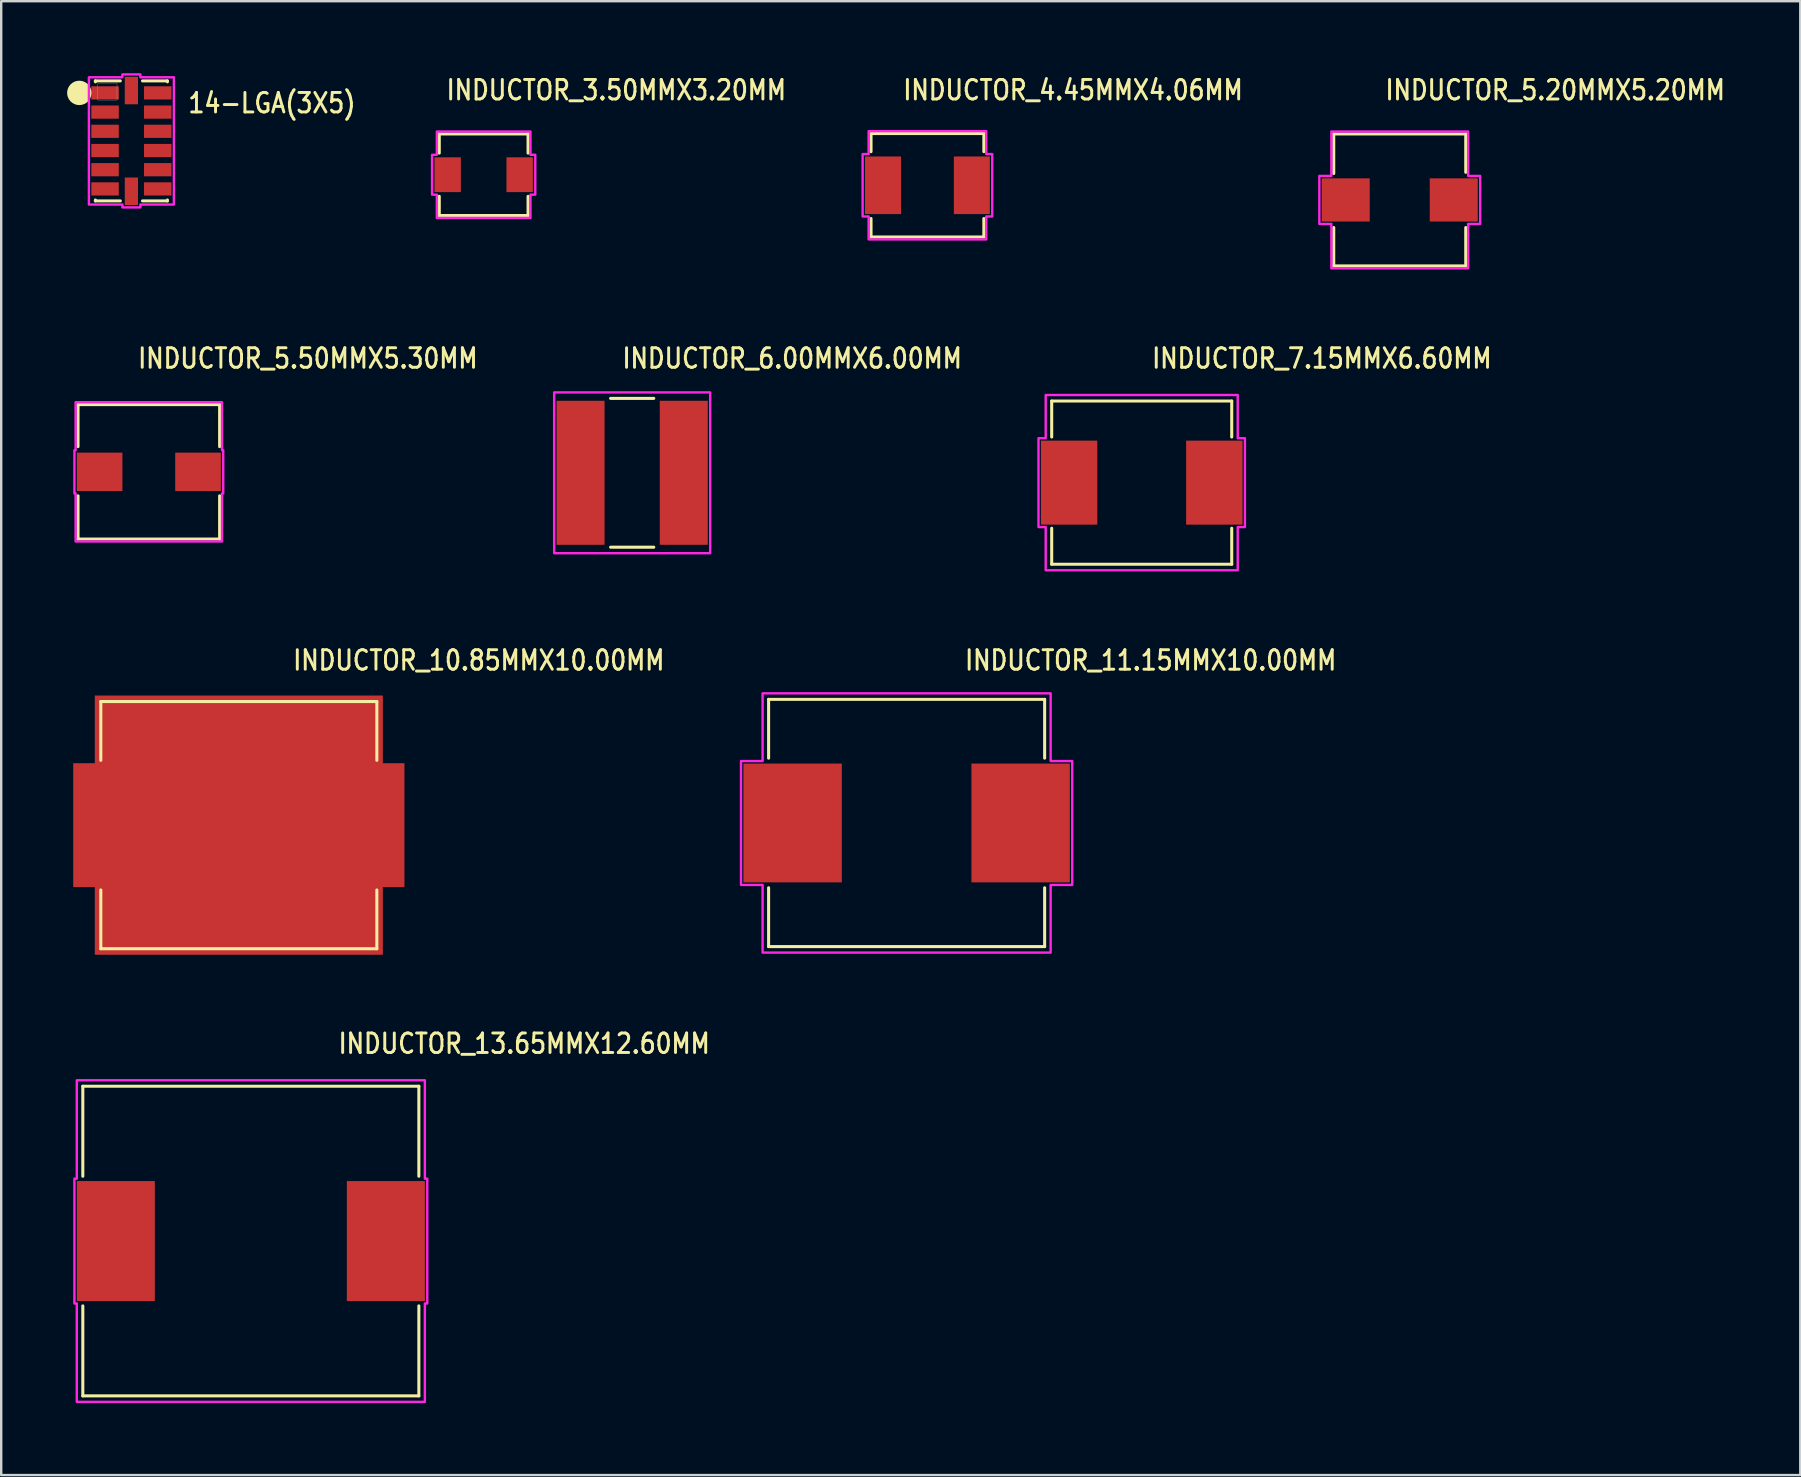
<source format=kicad_pcb>
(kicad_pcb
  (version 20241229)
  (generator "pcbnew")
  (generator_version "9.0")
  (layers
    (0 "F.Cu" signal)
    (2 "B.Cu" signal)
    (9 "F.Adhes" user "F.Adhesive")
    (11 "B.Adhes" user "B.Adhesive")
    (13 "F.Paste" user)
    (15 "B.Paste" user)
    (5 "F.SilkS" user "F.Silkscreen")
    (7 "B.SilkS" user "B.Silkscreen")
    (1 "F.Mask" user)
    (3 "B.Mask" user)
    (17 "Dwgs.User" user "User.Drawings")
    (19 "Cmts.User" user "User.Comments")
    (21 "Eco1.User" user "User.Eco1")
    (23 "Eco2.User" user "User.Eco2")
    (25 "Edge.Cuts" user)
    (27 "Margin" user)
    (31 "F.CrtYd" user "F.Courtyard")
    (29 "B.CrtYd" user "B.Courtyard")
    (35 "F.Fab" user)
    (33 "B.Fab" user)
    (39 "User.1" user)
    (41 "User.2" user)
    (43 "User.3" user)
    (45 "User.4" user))
  (footprint "INDUCTOR_13.65MMX12.60MM"
    (layer "F.Cu")
    (at 7.4 48.654)
    (property "Reference" "INDUCTOR_13.65MMX12.60MM" (at 3.58 -7.75 0) (unlocked yes) (layer "F.SilkS") (effects (font (size 0.813 0.695) (thickness 0.122)) (justify left bottom)))
    (fp_line (start -7 -6.45) (end -7 -2.7) (stroke (width 0.127) (type solid)) (layer "F.SilkS"))
    (fp_line (start -7 -6.45) (end 7 -6.45) (stroke (width 0.127) (type solid)) (layer "F.SilkS"))
    (fp_line (start -7 2.7) (end -7 6.45) (stroke (width 0.127) (type solid)) (layer "F.SilkS"))
    (fp_line (start 7 -6.45) (end 7 -2.7) (stroke (width 0.127) (type solid)) (layer "F.SilkS"))
    (fp_line (start 7 2.7) (end 7 6.45) (stroke (width 0.127) (type solid)) (layer "F.SilkS"))
    (fp_line (start 7 6.45) (end -7 6.45) (stroke (width 0.127) (type solid)) (layer "F.SilkS"))
    (fp_poly (pts (xy -7.35 2.6) (xy -7.35 -2.6) (xy -7.25 -2.6) (xy -7.25 -6.7) (xy 7.25 -6.7) (xy 7.25 -2.6) (xy 7.35 -2.6) (xy 7.35 2.6) (xy 7.25 2.6) (xy 7.25 6.7) (xy -7.25 6.7) (xy -7.25 2.6)) (stroke (width 0.1) (type solid)) (fill no) (layer "F.CrtYd"))
    (pad "1" smd rect (at -5.625 0) (size 3.25 5) (layers "F.Cu" "F.Mask" "F.Paste"))
    (pad "2" smd rect (at 5.625 0) (size 3.25 5) (layers "F.Cu" "F.Mask" "F.Paste")))
  (footprint "INDUCTOR_3.50MMX3.20MM"
    (layer "F.Cu")
    (at 17.1 4.229)
    (property "Reference" "INDUCTOR_3.50MMX3.20MM" (at -1.62 -3.05 0) (unlocked yes) (layer "F.SilkS") (effects (font (size 0.813 0.695) (thickness 0.122)) (justify left bottom)))
    (fp_line (start -1.85 -1.7) (end -1.85 -0.9) (stroke (width 0.127) (type solid)) (layer "F.SilkS"))
    (fp_line (start -1.85 -1.7) (end 1.85 -1.7) (stroke (width 0.127) (type solid)) (layer "F.SilkS"))
    (fp_line (start -1.85 0.9) (end -1.85 1.7) (stroke (width 0.127) (type solid)) (layer "F.SilkS"))
    (fp_line (start 1.85 -1.7) (end 1.85 -0.9) (stroke (width 0.127) (type solid)) (layer "F.SilkS"))
    (fp_line (start 1.85 0.9) (end 1.85 1.7) (stroke (width 0.127) (type solid)) (layer "F.SilkS"))
    (fp_line (start 1.85 1.7) (end -1.85 1.7) (stroke (width 0.127) (type solid)) (layer "F.SilkS"))
    (fp_poly (pts (xy -2.15 -0.83) (xy -1.95 -0.83) (xy -1.95 -1.8) (xy 1.95 -1.8) (xy 1.95 -0.83) (xy 2.15 -0.83) (xy 2.15 0.83) (xy 1.95 0.83) (xy 1.95 1.8) (xy -1.95 1.8) (xy -1.95 0.83) (xy -2.15 0.83)) (stroke (width 0.1) (type solid)) (fill no) (layer "F.CrtYd"))
    (pad "1" smd rect (at -1.5 0) (size 1.1 1.45) (layers "F.Cu" "F.Mask" "F.Paste"))
    (pad "2" smd rect (at 1.5 0) (size 1.1 1.45) (layers "F.Cu" "F.Mask" "F.Paste")))
  (footprint "14-LGA(3X5)"
    (layer "F.Cu")
    (at 2.424 2.82)
    (property "Reference" "14-LGA(3X5)" (at 2.3 -1.1 0) (unlocked yes) (layer "F.SilkS") (effects (font (size 0.813 0.695) (thickness 0.122)) (justify left bottom)))
    (fp_line (start -1.5 -2.5) (end -1.5 -2.462) (stroke (width 0.127) (type solid)) (layer "F.SilkS"))
    (fp_line (start -1.5 2.5) (end -1.5 2.462) (stroke (width 0.127) (type solid)) (layer "F.SilkS"))
    (fp_line (start -0.462 -2.5) (end -1.5 -2.5) (stroke (width 0.127) (type solid)) (layer "F.SilkS"))
    (fp_line (start -0.462 2.5) (end -1.5 2.5) (stroke (width 0.127) (type solid)) (layer "F.SilkS"))
    (fp_line (start 0.462 -2.5) (end 1.5 -2.5) (stroke (width 0.127) (type solid)) (layer "F.SilkS"))
    (fp_line (start 0.462 2.5) (end 1.5 2.5) (stroke (width 0.127) (type solid)) (layer "F.SilkS"))
    (fp_line (start 1.5 -2.5) (end 1.5 -2.462) (stroke (width 0.127) (type solid)) (layer "F.SilkS"))
    (fp_line (start 1.5 2.5) (end 1.5 2.462) (stroke (width 0.127) (type solid)) (layer "F.SilkS"))
    (fp_circle (center -2.17 -2) (end -2.17 -2) (stroke (width 0.508) (type solid)) (fill no) (layer "F.SilkS"))
    (fp_rect (start -1.4 -1.7) (end -0.6 -2.4) (stroke (width 0.01) (type solid)) (fill no) (layer "Dwgs.User"))
    (fp_poly (pts (xy -1.77 -2.65) (xy -0.375 -2.65) (xy -0.375 -2.77) (xy 0.375 -2.77) (xy 0.375 -2.65) (xy 1.77 -2.65) (xy 1.77 2.65) (xy 0.375 2.65) (xy 0.375 2.77) (xy -0.375 2.77) (xy -0.375 2.65) (xy -1.77 2.65)) (stroke (width 0.1) (type solid)) (fill no) (layer "F.CrtYd"))
    (pad "1" smd rect (at -1.097 -2) (size 1.145 0.55) (layers "F.Cu" "F.Mask" "F.Paste"))
    (pad "2" smd rect (at -1.097 -1.2) (size 1.145 0.55) (layers "F.Cu" "F.Mask" "F.Paste"))
    (pad "3" smd rect (at -1.097 -0.4) (size 1.145 0.55) (layers "F.Cu" "F.Mask" "F.Paste"))
    (pad "4" smd rect (at -1.097 0.4) (size 1.145 0.55) (layers "F.Cu" "F.Mask" "F.Paste"))
    (pad "5" smd rect (at -1.097 1.2) (size 1.145 0.55) (layers "F.Cu" "F.Mask" "F.Paste"))
    (pad "6" smd rect (at -1.097 2) (size 1.145 0.55) (layers "F.Cu" "F.Mask" "F.Paste"))
    (pad "7" smd rect (at 0 2.098) (size 0.55 1.145) (layers "F.Cu" "F.Mask" "F.Paste"))
    (pad "8" smd rect (at 1.097 2) (size 1.145 0.55) (layers "F.Cu" "F.Mask" "F.Paste"))
    (pad "9" smd rect (at 1.097 1.2) (size 1.145 0.55) (layers "F.Cu" "F.Mask" "F.Paste"))
    (pad "10" smd rect (at 1.097 0.4) (size 1.145 0.55) (layers "F.Cu" "F.Mask" "F.Paste"))
    (pad "11" smd rect (at 1.097 -0.4) (size 1.145 0.55) (layers "F.Cu" "F.Mask" "F.Paste"))
    (pad "12" smd rect (at 1.097 -1.2) (size 1.145 0.55) (layers "F.Cu" "F.Mask" "F.Paste"))
    (pad "13" smd rect (at 1.097 -2) (size 1.145 0.55) (layers "F.Cu" "F.Mask" "F.Paste"))
    (pad "14" smd rect (at 0 -2.098) (size 0.55 1.145) (layers "F.Cu" "F.Mask" "F.Paste")))
  (footprint "INDUCTOR_5.20MMX5.20MM"
    (layer "F.Cu")
    (at 55.265 5.279)
    (property "Reference" "INDUCTOR_5.20MMX5.20MM" (at -0.67 -4.1 0) (unlocked yes) (layer "F.SilkS") (effects (font (size 0.813 0.695) (thickness 0.122)) (justify left bottom)))
    (fp_line (start -2.75 -2.75) (end -2.75 -1.1) (stroke (width 0.127) (type solid)) (layer "F.SilkS"))
    (fp_line (start -2.75 -2.75) (end 2.75 -2.75) (stroke (width 0.127) (type solid)) (layer "F.SilkS"))
    (fp_line (start -2.75 1.15) (end -2.75 2.75) (stroke (width 0.127) (type solid)) (layer "F.SilkS"))
    (fp_line (start 2.75 -2.75) (end 2.75 -1.15) (stroke (width 0.127) (type solid)) (layer "F.SilkS"))
    (fp_line (start 2.75 1.15) (end 2.75 2.75) (stroke (width 0.127) (type solid)) (layer "F.SilkS"))
    (fp_line (start 2.75 2.75) (end -2.75 2.75) (stroke (width 0.127) (type solid)) (layer "F.SilkS"))
    (fp_poly (pts (xy -3.35 1) (xy -3.35 -1) (xy -2.85 -1) (xy -2.85 -2.85) (xy 2.85 -2.85) (xy 2.85 -1) (xy 3.35 -1) (xy 3.35 1) (xy 2.85 1) (xy 2.85 2.85) (xy -2.85 2.85) (xy -2.85 1)) (stroke (width 0.1) (type solid)) (fill no) (layer "F.CrtYd"))
    (pad "1" smd rect (at -2.25 0) (size 2 1.8) (layers "F.Cu" "F.Mask" "F.Paste"))
    (pad "2" smd rect (at 2.25 0) (size 2 1.8) (layers "F.Cu" "F.Mask" "F.Paste")))
  (footprint "INDUCTOR_11.15MMX10.00MM"
    (layer "F.Cu")
    (at 34.721 31.236)
    (property "Reference" "INDUCTOR_11.15MMX10.00MM" (at 2.36 -6.3 0) (unlocked yes) (layer "F.SilkS") (effects (font (size 0.813 0.695) (thickness 0.122)) (justify left bottom)))
    (fp_line (start -5.75 -5.15) (end -5.75 -2.7) (stroke (width 0.127) (type solid)) (layer "F.SilkS"))
    (fp_line (start -5.75 -5.15) (end 5.75 -5.15) (stroke (width 0.127) (type solid)) (layer "F.SilkS"))
    (fp_line (start -5.75 2.7) (end -5.75 5.15) (stroke (width 0.127) (type solid)) (layer "F.SilkS"))
    (fp_line (start 5.75 -5.15) (end 5.75 -2.7) (stroke (width 0.127) (type solid)) (layer "F.SilkS"))
    (fp_line (start 5.75 2.7) (end 5.75 5.15) (stroke (width 0.127) (type solid)) (layer "F.SilkS"))
    (fp_line (start 5.75 5.15) (end -5.75 5.15) (stroke (width 0.127) (type solid)) (layer "F.SilkS"))
    (fp_poly (pts (xy -6 -2.58) (xy -6 -5.4) (xy 6 -5.4) (xy 6 -2.58) (xy 6.9 -2.58) (xy 6.9 2.58) (xy 6 2.58) (xy 6 5.4) (xy -6 5.4) (xy -6 2.58) (xy -6.9 2.58) (xy -6.9 -2.58)) (stroke (width 0.1) (type solid)) (fill no) (layer "F.CrtYd"))
    (pad "1" smd rect (at -4.75 0) (size 4.1 4.95) (layers "F.Cu" "F.Mask" "F.Paste"))
    (pad "2" smd rect (at 4.75 0) (size 4.1 4.95) (layers "F.Cu" "F.Mask" "F.Paste")))
  (footprint "INDUCTOR_6.00MMX6.00MM"
    (layer "F.Cu")
    (at 23.287 16.647)
    (property "Reference" "INDUCTOR_6.00MMX6.00MM" (at -0.48 -4.29 0) (unlocked yes) (layer "F.SilkS") (effects (font (size 0.813 0.695) (thickness 0.122)) (justify left bottom)))
    (fp_line (start -0.9 -3.1) (end 0.9 -3.1) (stroke (width 0.127) (type solid)) (layer "F.SilkS"))
    (fp_line (start 0.9 3.1) (end -0.9 3.1) (stroke (width 0.127) (type solid)) (layer "F.SilkS"))
    (fp_poly (pts (xy -3.25 3.35) (xy -3.25 -3.35) (xy 3.25 -3.35) (xy 3.25 3.35)) (stroke (width 0.1) (type solid)) (fill no) (layer "F.CrtYd"))
    (pad "1" smd rect (at -2.15 0) (size 2 6) (layers "F.Cu" "F.Mask" "F.Paste"))
    (pad "2" smd rect (at 2.15 0) (size 2 6) (layers "F.Cu" "F.Mask" "F.Paste")))
  (footprint "INDUCTOR_5.50MMX5.30MM"
    (layer "F.Cu")
    (at 3.15 16.607)
    (property "Reference" "INDUCTOR_5.50MMX5.30MM" (at -0.52 -4.25 0) (unlocked yes) (layer "F.SilkS") (effects (font (size 0.813 0.695) (thickness 0.122)) (justify left bottom)))
    (fp_line (start -2.95 -2.8) (end 2.95 -2.8) (stroke (width 0.127) (type solid)) (layer "F.SilkS"))
    (fp_line (start -2.95 -1.05) (end -2.95 -2.8) (stroke (width 0.127) (type solid)) (layer "F.SilkS"))
    (fp_line (start -2.95 2.8) (end -2.95 1) (stroke (width 0.127) (type solid)) (layer "F.SilkS"))
    (fp_line (start 2.95 -1.05) (end 2.95 -2.8) (stroke (width 0.127) (type solid)) (layer "F.SilkS"))
    (fp_line (start 2.95 2.8) (end -2.95 2.8) (stroke (width 0.127) (type solid)) (layer "F.SilkS"))
    (fp_line (start 2.95 2.8) (end 2.95 1) (stroke (width 0.127) (type solid)) (layer "F.SilkS"))
    (fp_poly (pts (xy 3.05 2.9) (xy -3.05 2.9) (xy -3.05 0.9) (xy -3.1 0.9) (xy -3.1 -0.9) (xy -3.05 -0.9) (xy -3.05 -2.9) (xy 3.05 -2.9) (xy 3.05 -0.9) (xy 3.1 -0.9) (xy 3.1 0.9) (xy 3.05 0.9)) (stroke (width 0.1) (type solid)) (fill no) (layer "F.CrtYd"))
    (pad "1" smd rect (at -2.05 0) (size 1.9 1.6) (layers "F.Cu" "F.Mask" "F.Paste"))
    (pad "2" smd rect (at 2.05 0) (size 1.9 1.6) (layers "F.Cu" "F.Mask" "F.Paste")))
  (footprint "INDUCTOR_7.15MMX6.60MM"
    (layer "F.Cu")
    (at 44.515 17.057)
    (property "Reference" "INDUCTOR_7.15MMX6.60MM" (at 0.36 -4.7 0) (unlocked yes) (layer "F.SilkS") (effects (font (size 0.813 0.695) (thickness 0.122)) (justify left bottom)))
    (fp_line (start -3.75 -3.4) (end -3.75 -1.9) (stroke (width 0.127) (type solid)) (layer "F.SilkS"))
    (fp_line (start -3.75 -3.4) (end 3.75 -3.4) (stroke (width 0.127) (type solid)) (layer "F.SilkS"))
    (fp_line (start -3.75 1.9) (end -3.75 3.4) (stroke (width 0.127) (type solid)) (layer "F.SilkS"))
    (fp_line (start 3.75 -3.4) (end 3.75 -1.9) (stroke (width 0.127) (type solid)) (layer "F.SilkS"))
    (fp_line (start 3.75 1.9) (end 3.75 3.4) (stroke (width 0.127) (type solid)) (layer "F.SilkS"))
    (fp_line (start 3.75 3.4) (end -3.75 3.4) (stroke (width 0.127) (type solid)) (layer "F.SilkS"))
    (fp_poly (pts (xy -4 -1.85) (xy -4 -3.65) (xy 4 -3.65) (xy 4 -1.85) (xy 4.3 -1.85) (xy 4.3 1.85) (xy 4 1.85) (xy 4 3.65) (xy -4 3.65) (xy -4 1.85) (xy -4.3 1.85) (xy -4.3 -1.85)) (stroke (width 0.1) (type solid)) (fill no) (layer "F.CrtYd"))
    (pad "1" smd rect (at -3.025 0) (size 2.35 3.5) (layers "F.Cu" "F.Mask" "F.Paste"))
    (pad "2" smd rect (at 3.025 0) (size 2.35 3.5) (layers "F.Cu" "F.Mask" "F.Paste")))
  (footprint "INDUCTOR_4.45MMX4.06MM"
    (layer "F.Cu")
    (at 35.588 4.669)
    (property "Reference" "INDUCTOR_4.45MMX4.06MM" (at -1.08 -3.49 0) (unlocked yes) (layer "F.SilkS") (effects (font (size 0.813 0.695) (thickness 0.122)) (justify left bottom)))
    (fp_line (start -2.35 -2.155) (end -2.35 -1.4) (stroke (width 0.127) (type solid)) (layer "F.SilkS"))
    (fp_line (start -2.35 -2.155) (end 2.35 -2.155) (stroke (width 0.127) (type solid)) (layer "F.SilkS"))
    (fp_line (start -2.35 1.385) (end -2.35 2.155) (stroke (width 0.127) (type solid)) (layer "F.SilkS"))
    (fp_line (start 2.35 -2.155) (end 2.35 -1.4) (stroke (width 0.127) (type solid)) (layer "F.SilkS"))
    (fp_line (start 2.35 1.385) (end 2.35 2.1) (stroke (width 0.127) (type solid)) (layer "F.SilkS"))
    (fp_line (start 2.35 2.155) (end -2.35 2.155) (stroke (width 0.127) (type solid)) (layer "F.SilkS"))
    (fp_poly (pts (xy -2.7 1.3) (xy -2.7 -1.3) (xy -2.45 -1.3) (xy -2.45 -2.255) (xy 2.45 -2.255) (xy 2.45 -1.3) (xy 2.7 -1.3) (xy 2.7 1.3) (xy 2.45 1.3) (xy 2.45 2.255) (xy -2.45 2.255) (xy -2.45 1.3)) (stroke (width 0.1) (type solid)) (fill no) (layer "F.CrtYd"))
    (pad "1" smd rect (at -1.85 0) (size 1.5 2.4) (layers "F.Cu" "F.Mask" "F.Paste"))
    (pad "2" smd rect (at 1.85 0) (size 1.5 2.4) (layers "F.Cu" "F.Mask" "F.Paste")))
  (footprint "INDUCTOR_10.85MMX10.00MM"
    (layer "F.Cu")
    (at 6.9 31.326)
    (property "Reference" "INDUCTOR_10.85MMX10.00MM" (at 2.19 -6.39 0) (unlocked yes) (layer "F.SilkS") (effects (font (size 0.813 0.695) (thickness 0.122)) (justify left bottom)))
    (fp_poly (pts (xy -6.9 2.58) (xy -6.9 -2.58) (xy -6 -2.58) (xy -6 -5.4) (xy 6 -5.4) (xy 6 -2.58) (xy 6.9 -2.58) (xy 6.9 2.58) (xy 6 2.58) (xy 6 5.4) (xy -6 5.4) (xy -6 2.58)) (stroke (width 0) (type solid)) (fill yes) (layer "F.Cu"))
    (fp_line (start -5.75 -5.15) (end -5.75 -2.7) (stroke (width 0.127) (type solid)) (layer "F.SilkS"))
    (fp_line (start -5.75 -5.15) (end 5.75 -5.15) (stroke (width 0.127) (type solid)) (layer "F.SilkS"))
    (fp_line (start -5.75 2.7) (end -5.75 5.15) (stroke (width 0.127) (type solid)) (layer "F.SilkS"))
    (fp_line (start 5.75 -5.15) (end 5.75 -2.7) (stroke (width 0.127) (type solid)) (layer "F.SilkS"))
    (fp_line (start 5.75 2.7) (end 5.75 5.15) (stroke (width 0.127) (type solid)) (layer "F.SilkS"))
    (fp_line (start 5.75 5.15) (end -5.75 5.15) (stroke (width 0.127) (type solid)) (layer "F.SilkS"))
    (pad "1" smd rect (at -4.75 0) (size 4.1 4.95) (layers "F.Cu" "F.Mask" "F.Paste"))
    (pad "2" smd rect (at 4.75 0) (size 4.1 4.95) (layers "F.Cu" "F.Mask" "F.Paste")))
  (gr_rect
    (start -3 -3)
    (end 71.952 58.404)
    (stroke (width 0.1) (type default))
    (fill no)
    (layer "Edge.Cuts")))
</source>
